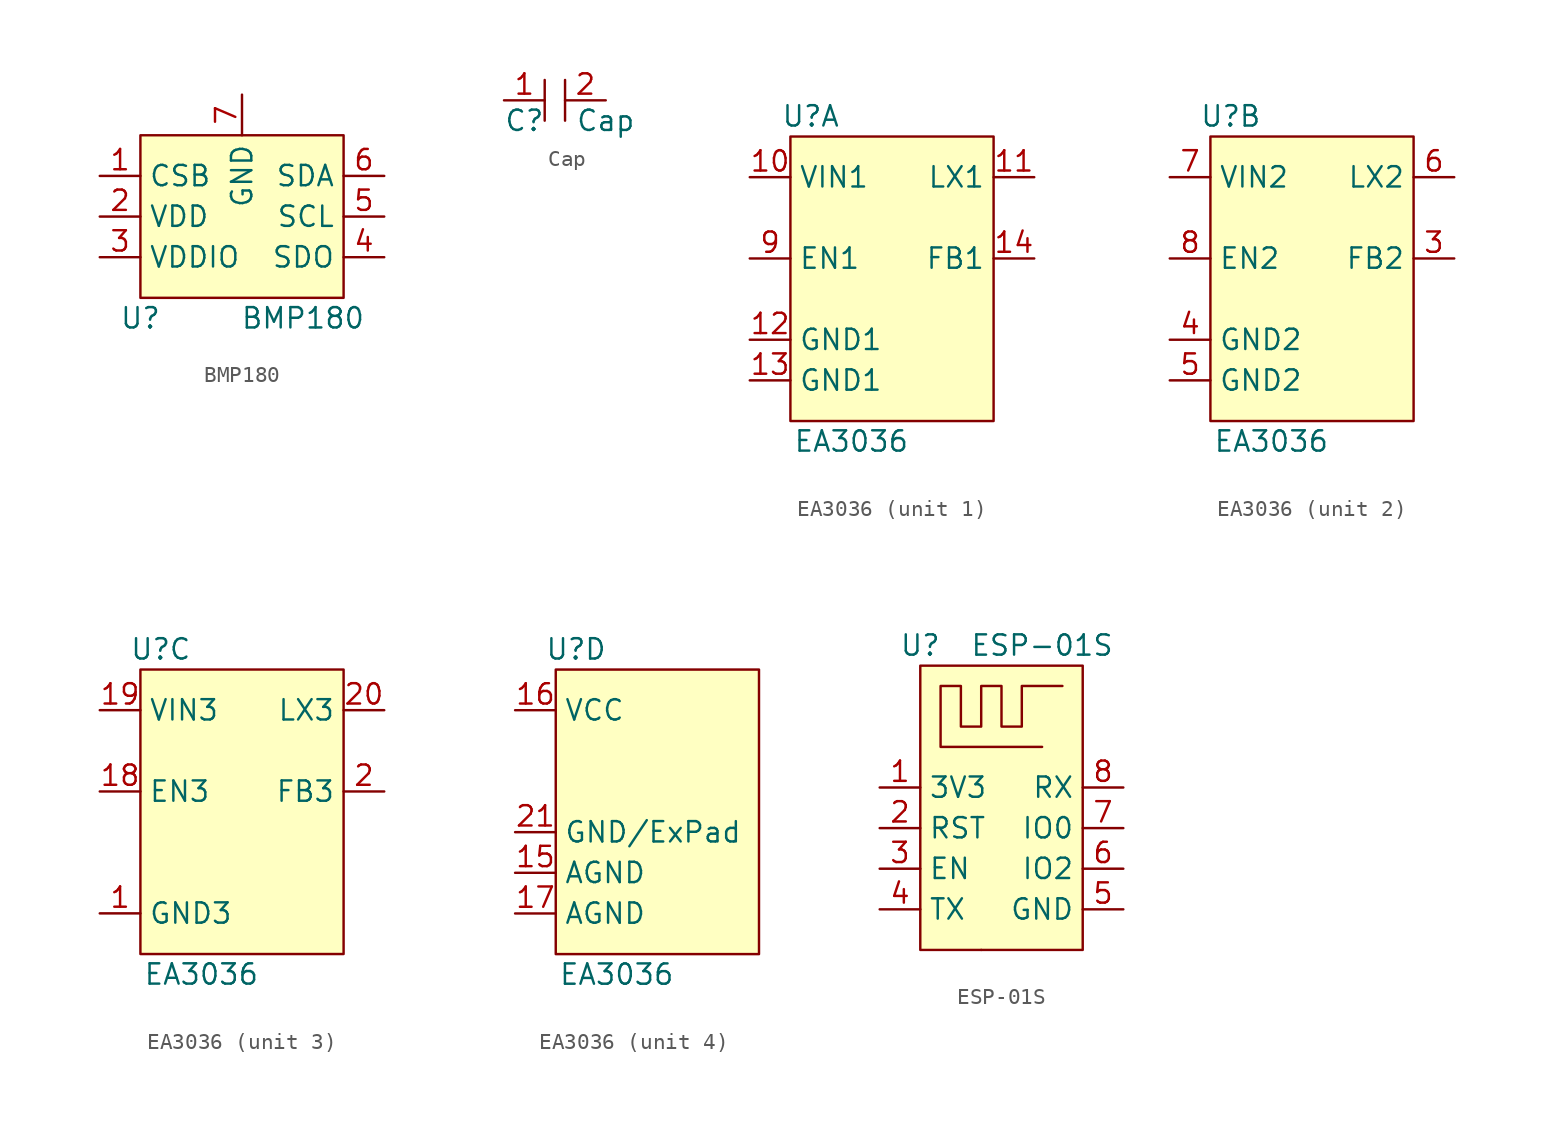
<source format=kicad_sym>
(kicad_symbol_lib
  (version 20211014)
  (generator kicad_symbol_editor)
  (symbol "BMP180"
    (property "Reference" "U"
      (at 0 -11.43 0)
      (effects (font (size 1.27 1.27))))
    (property "Value" "BMP180"
      (at 10.16 -11.43 0)
      (effects (font (size 1.27 1.27))))
    (symbol "BMP180_0_1"
      (rectangle (start 0 0) (end 12.7 -10.16) (stroke (width 0) (type default) (color 0 0 0 0)) (fill (type background))))
    (symbol "BMP180_1_1"
      (pin input line (at -2.54 -2.54 0) (length 2.54) (name "CSB" (effects (font (size 1.27 1.27)))) (number "1" (effects (font (size 1.27 1.27)))))
      (pin power_in line (at -2.54 -5.08 0) (length 2.54) (name "VDD" (effects (font (size 1.27 1.27)))) (number "2" (effects (font (size 1.27 1.27)))))
      (pin power_in line (at -2.54 -7.62 0) (length 2.54) (name "VDDIO" (effects (font (size 1.27 1.27)))) (number "3" (effects (font (size 1.27 1.27)))))
      (pin output line (at 15.24 -7.62 180) (length 2.54) (name "SDO" (effects (font (size 1.27 1.27)))) (number "4" (effects (font (size 1.27 1.27)))))
      (pin input line (at 15.24 -5.08 180) (length 2.54) (name "SCL" (effects (font (size 1.27 1.27)))) (number "5" (effects (font (size 1.27 1.27)))))
      (pin output line (at 15.24 -2.54 180) (length 2.54) (name "SDA" (effects (font (size 1.27 1.27)))) (number "6" (effects (font (size 1.27 1.27)))))
      (pin power_in line (at 6.35 2.54 270) (length 2.54) (name "GND" (effects (font (size 1.27 1.27)))) (number "7" (effects (font (size 1.27 1.27)))))))
  (symbol "Cap"
    (pin_names hide)
    (property "Reference" "C"
      (at -1.27 -1.27 0)
      (effects (font (size 1.27 1.27))))
    (property "Value" "Cap"
      (at 3.81 -1.27 0)
      (effects (font (size 1.27 1.27))))
    (symbol "Cap_0_1"
      (polyline (pts (xy 0 -1.27) (xy 0 1.27)) (stroke (width 0) (type default) (color 0 0 0 0)) (fill (type none)))
      (polyline (pts (xy 1.27 1.27) (xy 1.27 -1.27)) (stroke (width 0) (type default) (color 0 0 0 0)) (fill (type none))))
    (symbol "Cap_1_1"
      (pin passive line (at -2.54 0 0) (length 2.54) (name "~" (effects (font (size 1.27 1.27)))) (number "1" (effects (font (size 1.27 1.27)))))
      (pin passive line (at 3.81 0 180) (length 2.54) (name "~" (effects (font (size 1.27 1.27)))) (number "2" (effects (font (size 1.27 1.27)))))))
  (symbol "EA3036"
    (property "Reference" "U"
      (at 1.27 1.27 0)
      (effects (font (size 1.27 1.27))))
    (property "Value" "EA3036"
      (at 3.81 -19.05 0)
      (effects (font (size 1.27 1.27))))
    (symbol "EA3036_0_1"
      (rectangle (start 0 0) (end 12.7 -17.78) (stroke (width 0) (type default) (color 0 0 0 0)) (fill (type background))))
    (symbol "EA3036_1_1"
      (pin power_in line (at -2.54 -2.54 0) (length 2.54) (name "VIN1" (effects (font (size 1.27 1.27)))) (number "10" (effects (font (size 1.27 1.27)))))
      (pin output line (at 15.24 -2.54 180) (length 2.54) (name "LX1" (effects (font (size 1.27 1.27)))) (number "11" (effects (font (size 1.27 1.27)))))
      (pin power_in line (at -2.54 -12.7 0) (length 2.54) (name "GND1" (effects (font (size 1.27 1.27)))) (number "12" (effects (font (size 1.27 1.27)))))
      (pin power_in line (at -2.54 -15.24 0) (length 2.54) (name "GND1" (effects (font (size 1.27 1.27)))) (number "13" (effects (font (size 1.27 1.27)))))
      (pin input line (at 15.24 -7.62 180) (length 2.54) (name "FB1" (effects (font (size 1.27 1.27)))) (number "14" (effects (font (size 1.27 1.27)))))
      (pin input line (at -2.54 -7.62 0) (length 2.54) (name "EN1" (effects (font (size 1.27 1.27)))) (number "9" (effects (font (size 1.27 1.27))))))
    (symbol "EA3036_2_1"
      (pin input line (at 15.24 -7.62 180) (length 2.54) (name "FB2" (effects (font (size 1.27 1.27)))) (number "3" (effects (font (size 1.27 1.27)))))
      (pin power_in line (at -2.54 -12.7 0) (length 2.54) (name "GND2" (effects (font (size 1.27 1.27)))) (number "4" (effects (font (size 1.27 1.27)))))
      (pin power_in line (at -2.54 -15.24 0) (length 2.54) (name "GND2" (effects (font (size 1.27 1.27)))) (number "5" (effects (font (size 1.27 1.27)))))
      (pin output line (at 15.24 -2.54 180) (length 2.54) (name "LX2" (effects (font (size 1.27 1.27)))) (number "6" (effects (font (size 1.27 1.27)))))
      (pin power_in line (at -2.54 -2.54 0) (length 2.54) (name "VIN2" (effects (font (size 1.27 1.27)))) (number "7" (effects (font (size 1.27 1.27)))))
      (pin input line (at -2.54 -7.62 0) (length 2.54) (name "EN2" (effects (font (size 1.27 1.27)))) (number "8" (effects (font (size 1.27 1.27))))))
    (symbol "EA3036_3_1"
      (pin power_in line (at -2.54 -15.24 0) (length 2.54) (name "GND3" (effects (font (size 1.27 1.27)))) (number "1" (effects (font (size 1.27 1.27)))))
      (pin input line (at -2.54 -7.62 0) (length 2.54) (name "EN3" (effects (font (size 1.27 1.27)))) (number "18" (effects (font (size 1.27 1.27)))))
      (pin power_in line (at -2.54 -2.54 0) (length 2.54) (name "VIN3" (effects (font (size 1.27 1.27)))) (number "19" (effects (font (size 1.27 1.27)))))
      (pin input line (at 15.24 -7.62 180) (length 2.54) (name "FB3" (effects (font (size 1.27 1.27)))) (number "2" (effects (font (size 1.27 1.27)))))
      (pin output line (at 15.24 -2.54 180) (length 2.54) (name "LX3" (effects (font (size 1.27 1.27)))) (number "20" (effects (font (size 1.27 1.27))))))
    (symbol "EA3036_4_1"
      (pin power_in line (at -2.54 -12.7 0) (length 2.54) (name "AGND" (effects (font (size 1.27 1.27)))) (number "15" (effects (font (size 1.27 1.27)))))
      (pin power_in line (at -2.54 -2.54 0) (length 2.54) (name "VCC" (effects (font (size 1.27 1.27)))) (number "16" (effects (font (size 1.27 1.27)))))
      (pin power_in line (at -2.54 -15.24 0) (length 2.54) (name "AGND" (effects (font (size 1.27 1.27)))) (number "17" (effects (font (size 1.27 1.27)))))
      (pin power_in line (at -2.54 -10.16 0) (length 2.54) (name "GND/ExPad" (effects (font (size 1.27 1.27)))) (number "21" (effects (font (size 1.27 1.27)))))))
  (symbol "ESP-01S"
    (property "Reference" "U"
      (at 0 6.35 0)
      (effects (font (size 1.27 1.27))))
    (property "Value" "ESP-01S"
      (at 7.62 6.35 0)
      (effects (font (size 1.27 1.27))))
    (symbol "ESP-01S_0_1"
      (polyline (pts (xy 3.81 -12.7) (xy 3.81 -12.7)) (stroke (width 0) (type default) (color 0 0 0 0)) (fill (type none)))
      (polyline (pts (xy 7.62 0) (xy 1.27 0) (xy 1.27 3.81) (xy 2.54 3.81) (xy 2.54 1.27) (xy 3.81 1.27) (xy 3.81 3.81) (xy 5.08 3.81) (xy 5.08 1.27) (xy 6.35 1.27) (xy 6.35 3.81) (xy 8.89 3.81)) (stroke (width 0) (type default) (color 0 0 0 0)) (fill (type none)))
      (rectangle (start 0 5.08) (end 10.16 -12.7) (stroke (width 0) (type default) (color 0 0 0 0)) (fill (type background))))
    (symbol "ESP-01S_1_1"
      (pin power_in line (at -2.54 -2.54 0) (length 2.54) (name "3V3" (effects (font (size 1.27 1.27)))) (number "1" (effects (font (size 1.27 1.27)))))
      (pin input line (at -2.54 -5.08 0) (length 2.54) (name "RST" (effects (font (size 1.27 1.27)))) (number "2" (effects (font (size 1.27 1.27)))))
      (pin input line (at -2.54 -7.62 0) (length 2.54) (name "EN" (effects (font (size 1.27 1.27)))) (number "3" (effects (font (size 1.27 1.27)))))
      (pin output line (at -2.54 -10.16 0) (length 2.54) (name "TX" (effects (font (size 1.27 1.27)))) (number "4" (effects (font (size 1.27 1.27)))))
      (pin input line (at 12.7 -10.16 180) (length 2.54) (name "GND" (effects (font (size 1.27 1.27)))) (number "5" (effects (font (size 1.27 1.27)))))
      (pin bidirectional line (at 12.7 -7.62 180) (length 2.54) (name "IO2" (effects (font (size 1.27 1.27)))) (number "6" (effects (font (size 1.27 1.27)))))
      (pin bidirectional line (at 12.7 -5.08 180) (length 2.54) (name "IO0" (effects (font (size 1.27 1.27)))) (number "7" (effects (font (size 1.27 1.27)))))
      (pin input line (at 12.7 -2.54 180) (length 2.54) (name "RX" (effects (font (size 1.27 1.27)))) (number "8" (effects (font (size 1.27 1.27))))))))
</source>
